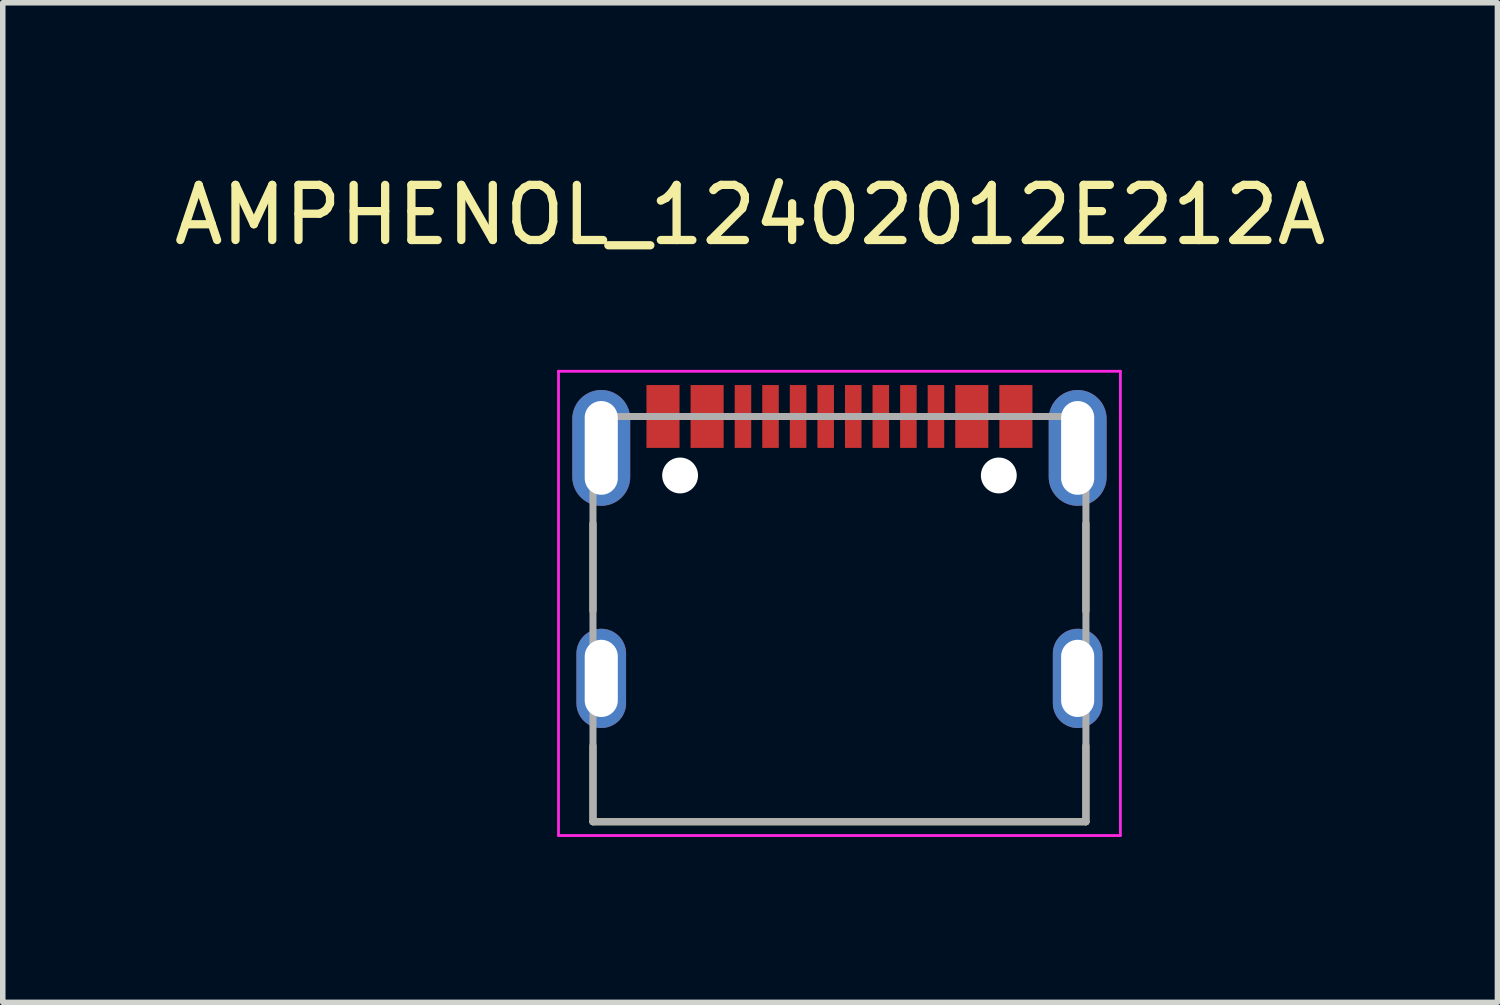
<source format=kicad_pcb>
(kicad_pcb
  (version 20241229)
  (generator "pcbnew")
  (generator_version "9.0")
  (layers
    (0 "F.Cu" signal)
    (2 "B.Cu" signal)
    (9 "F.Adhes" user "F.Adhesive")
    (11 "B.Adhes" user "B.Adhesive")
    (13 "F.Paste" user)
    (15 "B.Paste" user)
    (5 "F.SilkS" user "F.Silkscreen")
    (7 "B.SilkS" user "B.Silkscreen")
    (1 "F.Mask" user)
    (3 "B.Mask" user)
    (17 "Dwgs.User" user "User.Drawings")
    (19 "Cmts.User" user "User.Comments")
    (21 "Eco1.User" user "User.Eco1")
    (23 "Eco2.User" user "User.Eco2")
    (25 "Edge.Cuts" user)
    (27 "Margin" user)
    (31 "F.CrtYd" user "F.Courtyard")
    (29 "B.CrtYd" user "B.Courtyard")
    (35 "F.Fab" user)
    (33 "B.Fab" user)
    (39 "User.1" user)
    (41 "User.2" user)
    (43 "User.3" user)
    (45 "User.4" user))
  (footprint "AMPHENOL_12402012E212A"
    (layer "F.Cu")
    (at 12.174 9.253)
    (property "Reference" "AMPHENOL_12402012E212A" (at -1.62 -8.405 0) (layer "F.SilkS") (effects (font (size 1 1) (thickness 0.15))))
    (attr through_hole)
    (fp_line (start -4.47 -2.81) (end -4.47 -1.22) (stroke (width 0.127) (type solid)) (layer "F.SilkS"))
    (fp_line (start -4.47 2.6) (end -4.47 1.22) (stroke (width 0.127) (type solid)) (layer "F.SilkS"))
    (fp_line (start 4.47 -2.81) (end 4.47 -1.22) (stroke (width 0.127) (type solid)) (layer "F.SilkS"))
    (fp_line (start 4.47 2.6) (end -4.47 2.6) (stroke (width 0.127) (type solid)) (layer "F.SilkS"))
    (fp_line (start 4.47 2.6) (end 4.47 1.22) (stroke (width 0.127) (type solid)) (layer "F.SilkS"))
    (fp_line (start -5.095 -5.57) (end -5.095 2.85) (stroke (width 0.05) (type solid)) (layer "F.CrtYd"))
    (fp_line (start -5.095 2.85) (end 5.095 2.85) (stroke (width 0.05) (type solid)) (layer "F.CrtYd"))
    (fp_line (start 5.095 -5.57) (end -5.095 -5.57) (stroke (width 0.05) (type solid)) (layer "F.CrtYd"))
    (fp_line (start 5.095 2.85) (end 5.095 -5.57) (stroke (width 0.05) (type solid)) (layer "F.CrtYd"))
    (fp_line (start -4.47 -4.75) (end 4.47 -4.75) (stroke (width 0.127) (type solid)) (layer "F.Fab"))
    (fp_line (start -4.47 2.6) (end -4.47 -4.75) (stroke (width 0.127) (type solid)) (layer "F.Fab"))
    (fp_line (start 4.47 -4.75) (end 4.47 2.6) (stroke (width 0.127) (type solid)) (layer "F.Fab"))
    (fp_line (start 4.47 2.6) (end -4.47 2.6) (stroke (width 0.127) (type solid)) (layer "F.Fab"))
    (pad "" np_thru_hole circle (at -2.89 -3.68) (size 0.65 0.65) (drill 0.65) (layers "*.Cu" "*.Mask"))
    (pad "" np_thru_hole circle (at 2.89 -3.68) (size 0.65 0.65) (drill 0.65) (layers "*.Cu" "*.Mask"))
    (pad "A1_B12" smd rect (at -3.2 -4.75) (size 0.6 1.14) (layers "F.Cu" "F.Mask" "F.Paste"))
    (pad "A4_B9" smd rect (at -2.4 -4.75) (size 0.6 1.14) (layers "F.Cu" "F.Mask" "F.Paste"))
    (pad "A5" smd rect (at -1.25 -4.75) (size 0.3 1.14) (layers "F.Cu" "F.Mask" "F.Paste"))
    (pad "A6" smd rect (at -0.25 -4.75) (size 0.3 1.14) (layers "F.Cu" "F.Mask" "F.Paste"))
    (pad "A7" smd rect (at 0.25 -4.75) (size 0.3 1.14) (layers "F.Cu" "F.Mask" "F.Paste"))
    (pad "A8" smd rect (at 1.25 -4.75) (size 0.3 1.14) (layers "F.Cu" "F.Mask" "F.Paste"))
    (pad "B1_A12" smd rect (at 3.2 -4.75) (size 0.6 1.14) (layers "F.Cu" "F.Mask" "F.Paste"))
    (pad "B4_A9" smd rect (at 2.4 -4.75) (size 0.6 1.14) (layers "F.Cu" "F.Mask" "F.Paste"))
    (pad "B5" smd rect (at 1.75 -4.75) (size 0.3 1.14) (layers "F.Cu" "F.Mask" "F.Paste"))
    (pad "B6" smd rect (at 0.75 -4.75) (size 0.3 1.14) (layers "F.Cu" "F.Mask" "F.Paste"))
    (pad "B7" smd rect (at -0.75 -4.75) (size 0.3 1.14) (layers "F.Cu" "F.Mask" "F.Paste"))
    (pad "B8" smd rect (at -1.75 -4.75) (size 0.3 1.14) (layers "F.Cu" "F.Mask" "F.Paste"))
    (pad "SH1" thru_hole oval (at -4.32 -4.18) (size 1.05 2.1) (drill oval 0.6 1.7) (layers "*.Cu" "*.Mask"))
    (pad "SH2" thru_hole oval (at 4.32 -4.18) (size 1.05 2.1) (drill oval 0.6 1.7) (layers "*.Cu" "*.Mask"))
    (pad "SH3" thru_hole oval (at -4.32 0) (size 0.9 1.8) (drill oval 0.6 1.4) (layers "*.Cu" "*.Mask"))
    (pad "SH4" thru_hole oval (at 4.32 0) (size 0.9 1.8) (drill oval 0.6 1.4) (layers "*.Cu" "*.Mask")))
  (gr_rect
    (start -3 -3)
    (end 24.107 15.128)
    (stroke (width 0.1) (type default))
    (fill no)
    (layer "Edge.Cuts")))
</source>
